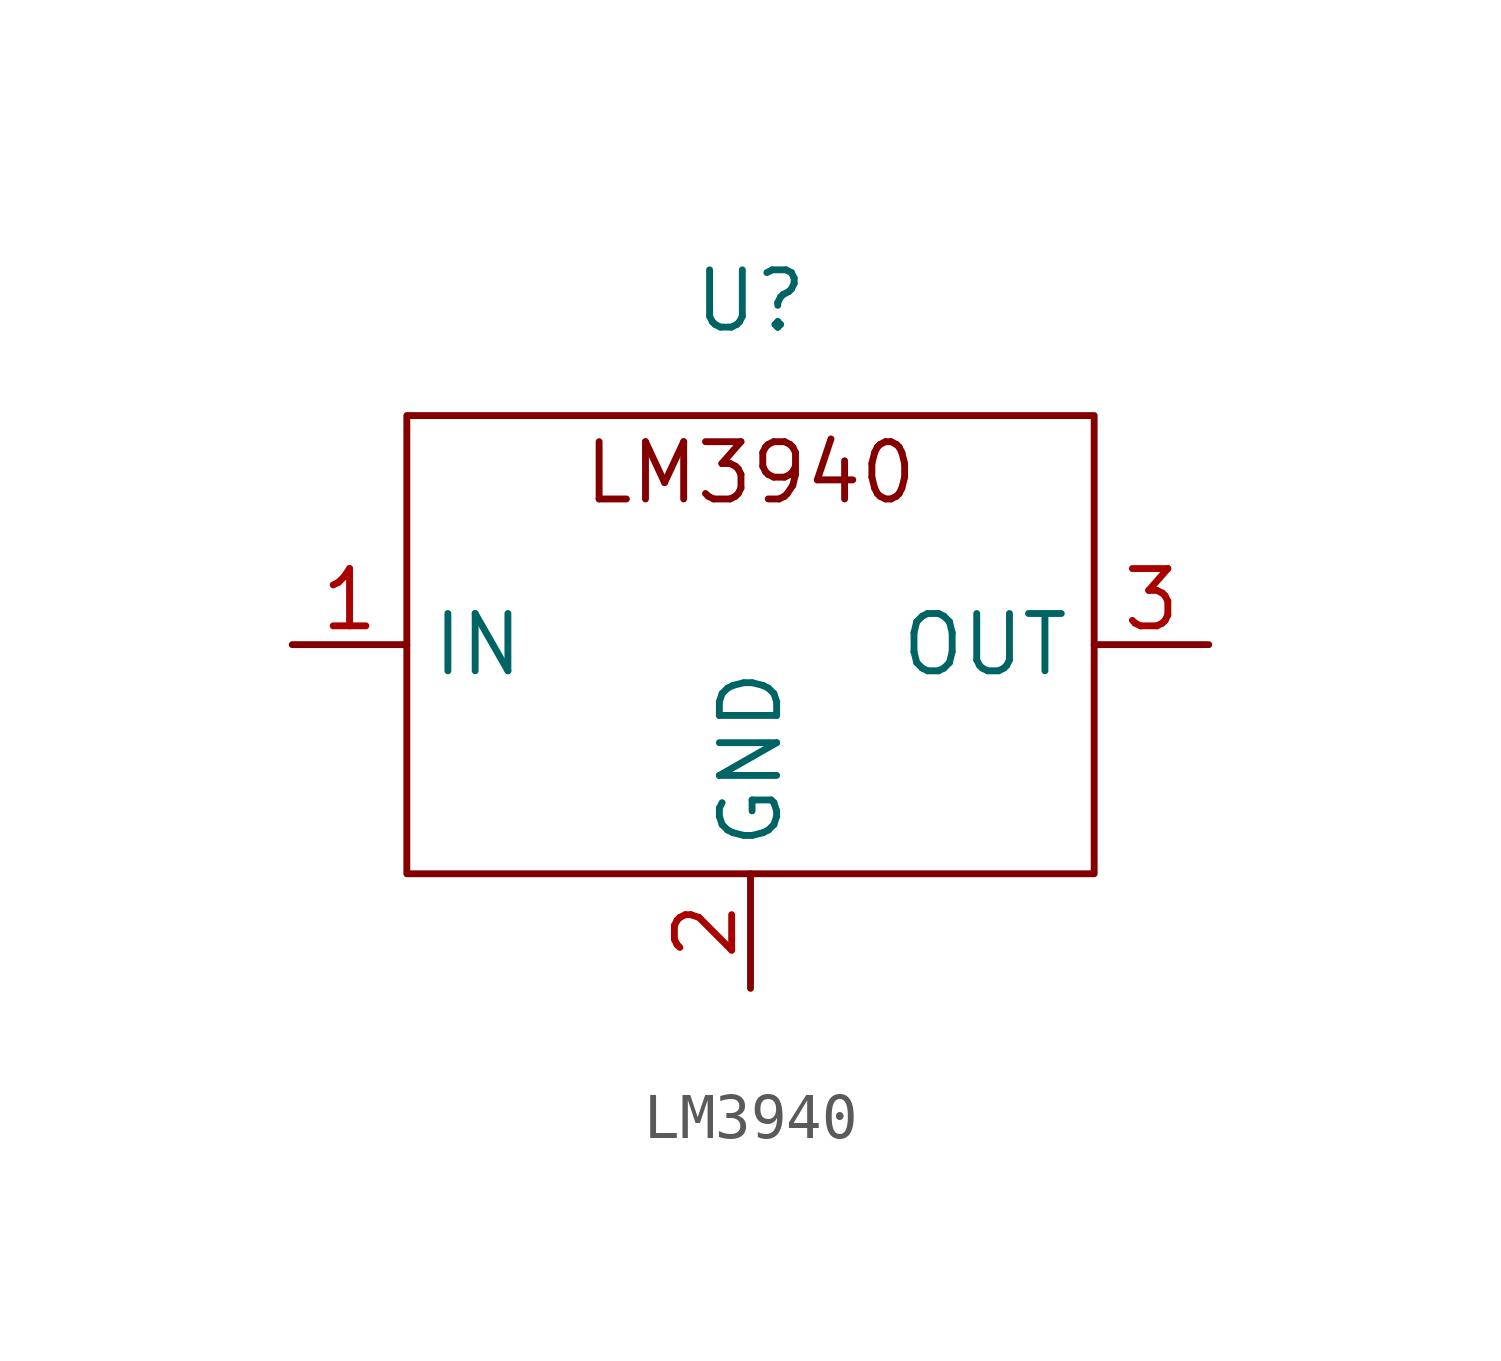
<source format=kicad_sym>
(kicad_symbol_lib
  (version 20231120)
  (generator "kicad_symbol_editor")
  (generator_version "8.0")
  (symbol "LM3940"
    (property "Reference" "U"
      (at 0 7.62 0)
      (effects (font (size 1.27 1.27))))
    (property "Value" ""
      (at 0 0 0)
      (effects (font (size 1.27 1.27))))
    (symbol "LM3940_0_1"
      (rectangle (start -7.62 5.08) (end 7.62 -5.08) (stroke (width 0) (type default)) (fill (type none))))
    (symbol "LM3940_1_1"
      (text "LM3940" (at 0 3.81 0) (effects (font (size 1.27 1.27))))
      (pin power_in line (at -10.16 0 0) (length 2.54) (name "IN" (effects (font (size 1.27 1.27)))) (number "1" (effects (font (size 1.27 1.27)))))
      (pin passive line (at 0 -7.62 90) (length 2.54) (name "GND" (effects (font (size 1.27 1.27)))) (number "2" (effects (font (size 1.27 1.27)))))
      (pin power_out line (at 10.16 0 180) (length 2.54) (name "OUT" (effects (font (size 1.27 1.27)))) (number "3" (effects (font (size 1.27 1.27))))))))
</source>
